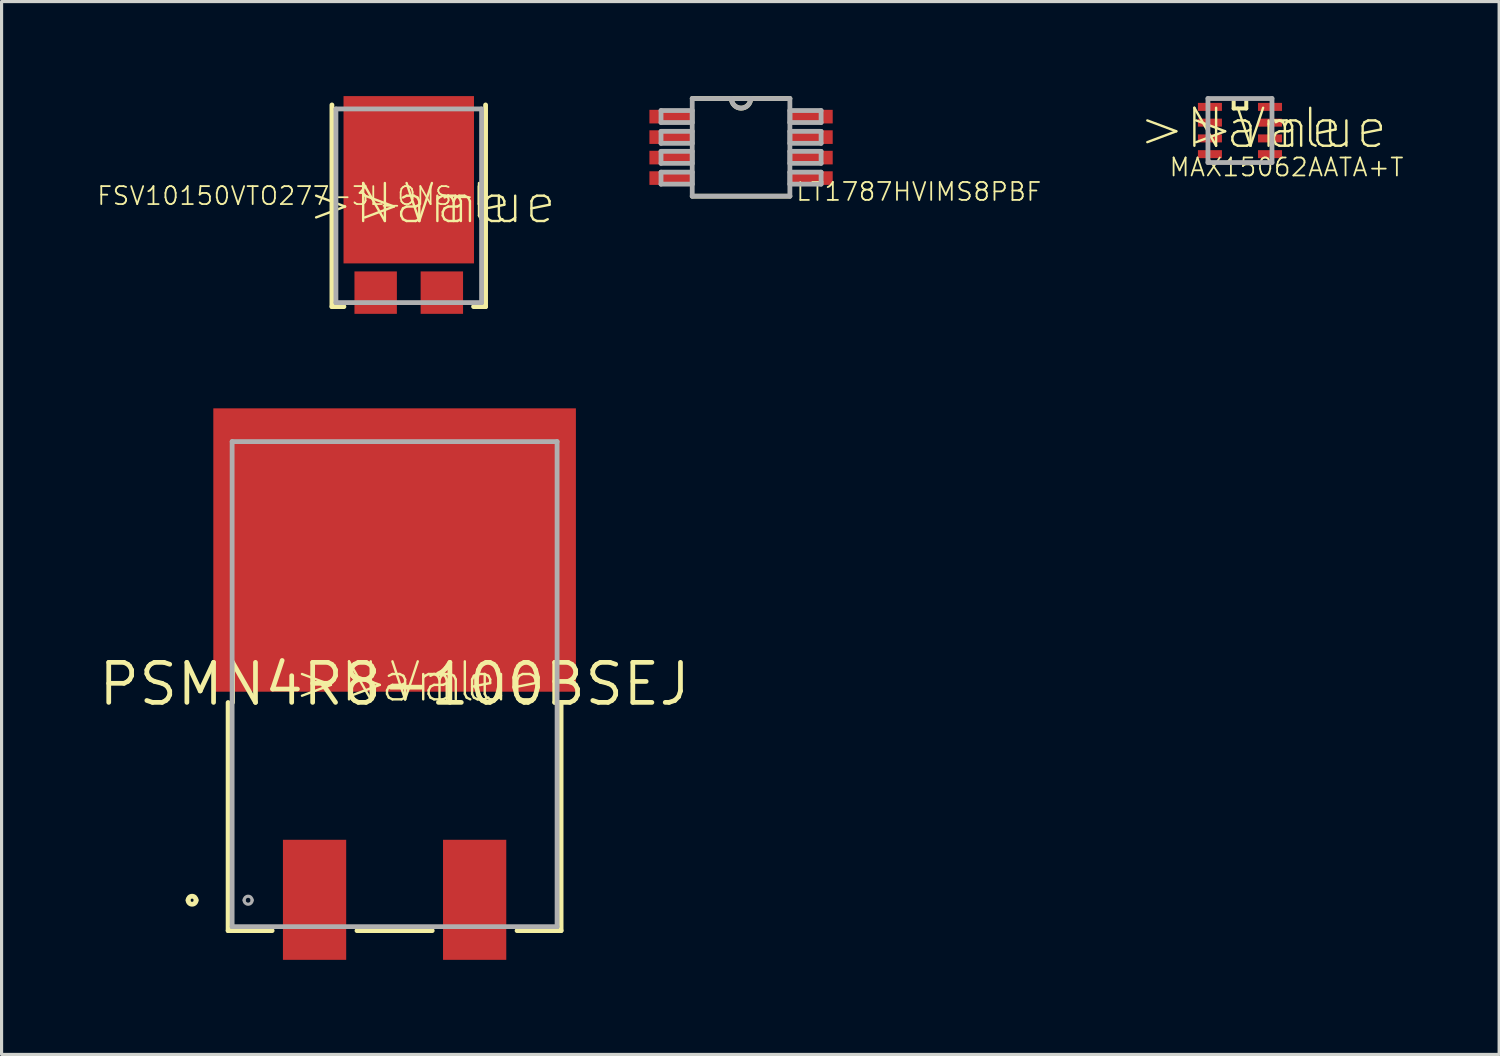
<source format=kicad_pcb>
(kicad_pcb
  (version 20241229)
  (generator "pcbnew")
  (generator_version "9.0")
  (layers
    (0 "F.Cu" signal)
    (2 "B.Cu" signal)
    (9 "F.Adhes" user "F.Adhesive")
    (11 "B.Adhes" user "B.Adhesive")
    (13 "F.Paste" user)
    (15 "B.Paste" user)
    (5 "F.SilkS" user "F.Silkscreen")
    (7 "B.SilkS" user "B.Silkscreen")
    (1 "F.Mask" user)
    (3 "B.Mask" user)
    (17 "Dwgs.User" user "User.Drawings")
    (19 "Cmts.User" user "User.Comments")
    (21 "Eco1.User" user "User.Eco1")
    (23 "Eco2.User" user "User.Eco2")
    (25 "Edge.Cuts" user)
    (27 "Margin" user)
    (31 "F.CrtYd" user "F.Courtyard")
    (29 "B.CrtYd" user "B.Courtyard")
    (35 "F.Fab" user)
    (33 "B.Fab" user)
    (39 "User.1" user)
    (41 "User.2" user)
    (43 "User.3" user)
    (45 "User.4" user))
  (footprint "LT1787HVIMS8PBF"
    (layer "F.Cu")
    (at 20.466 1.626)
    (property "Reference" "LT1787HVIMS8PBF" (at 1.708 1.741 180) (layer "F.SilkS") (effects (font (size 0.57 0.57) (thickness 0.057)) (justify left bottom)))
    (attr through_hole)
    (fp_line (start -1.549 1.549) (end 1.549 1.549) (stroke (width 0.152) (type solid)) (layer "F.SilkS"))
    (fp_line (start -0.305 -1.549) (end -1.549 -1.549) (stroke (width 0.152) (type solid)) (layer "F.SilkS"))
    (fp_line (start 0.305 -1.549) (end -0.305 -1.549) (stroke (width 0.152) (type solid)) (layer "F.SilkS"))
    (fp_line (start 1.549 -1.549) (end 0.305 -1.549) (stroke (width 0.152) (type solid)) (layer "F.SilkS"))
    (fp_arc (start 0.3048 -1.5494) (mid 0 -1.2446) (end -0.3048 -1.5494) (stroke (width 0.1524) (type solid)) (layer "F.SilkS"))
    (fp_line (start -2.54 -1.168) (end -2.54 -0.787) (stroke (width 0.152) (type solid)) (layer "F.Fab"))
    (fp_line (start -2.54 -0.787) (end -1.549 -0.787) (stroke (width 0.152) (type solid)) (layer "F.Fab"))
    (fp_line (start -2.54 -0.508) (end -2.54 -0.127) (stroke (width 0.152) (type solid)) (layer "F.Fab"))
    (fp_line (start -2.54 -0.127) (end -1.549 -0.127) (stroke (width 0.152) (type solid)) (layer "F.Fab"))
    (fp_line (start -2.54 0.127) (end -2.54 0.508) (stroke (width 0.152) (type solid)) (layer "F.Fab"))
    (fp_line (start -2.54 0.508) (end -1.549 0.508) (stroke (width 0.152) (type solid)) (layer "F.Fab"))
    (fp_line (start -2.54 0.787) (end -2.54 1.168) (stroke (width 0.152) (type solid)) (layer "F.Fab"))
    (fp_line (start -2.54 1.168) (end -1.549 1.168) (stroke (width 0.152) (type solid)) (layer "F.Fab"))
    (fp_line (start -1.549 -1.549) (end -1.549 1.549) (stroke (width 0.152) (type solid)) (layer "F.Fab"))
    (fp_line (start -1.549 -1.168) (end -2.54 -1.168) (stroke (width 0.152) (type solid)) (layer "F.Fab"))
    (fp_line (start -1.549 -0.787) (end -1.549 -1.168) (stroke (width 0.152) (type solid)) (layer "F.Fab"))
    (fp_line (start -1.549 -0.508) (end -2.54 -0.508) (stroke (width 0.152) (type solid)) (layer "F.Fab"))
    (fp_line (start -1.549 -0.127) (end -1.549 -0.508) (stroke (width 0.152) (type solid)) (layer "F.Fab"))
    (fp_line (start -1.549 0.127) (end -2.54 0.127) (stroke (width 0.152) (type solid)) (layer "F.Fab"))
    (fp_line (start -1.549 0.508) (end -1.549 0.127) (stroke (width 0.152) (type solid)) (layer "F.Fab"))
    (fp_line (start -1.549 0.787) (end -2.54 0.787) (stroke (width 0.152) (type solid)) (layer "F.Fab"))
    (fp_line (start -1.549 1.168) (end -1.549 0.787) (stroke (width 0.152) (type solid)) (layer "F.Fab"))
    (fp_line (start -1.549 1.549) (end 1.549 1.549) (stroke (width 0.152) (type solid)) (layer "F.Fab"))
    (fp_line (start -0.305 -1.549) (end -1.549 -1.549) (stroke (width 0.152) (type solid)) (layer "F.Fab"))
    (fp_line (start 0.305 -1.549) (end -0.305 -1.549) (stroke (width 0.152) (type solid)) (layer "F.Fab"))
    (fp_line (start 1.549 -1.549) (end 0.305 -1.549) (stroke (width 0.152) (type solid)) (layer "F.Fab"))
    (fp_line (start 1.549 -1.168) (end 1.549 -0.787) (stroke (width 0.152) (type solid)) (layer "F.Fab"))
    (fp_line (start 1.549 -0.787) (end 2.54 -0.787) (stroke (width 0.152) (type solid)) (layer "F.Fab"))
    (fp_line (start 1.549 -0.508) (end 1.549 -0.127) (stroke (width 0.152) (type solid)) (layer "F.Fab"))
    (fp_line (start 1.549 -0.127) (end 2.54 -0.127) (stroke (width 0.152) (type solid)) (layer "F.Fab"))
    (fp_line (start 1.549 0.127) (end 1.549 0.508) (stroke (width 0.152) (type solid)) (layer "F.Fab"))
    (fp_line (start 1.549 0.508) (end 2.54 0.508) (stroke (width 0.152) (type solid)) (layer "F.Fab"))
    (fp_line (start 1.549 0.787) (end 1.549 1.168) (stroke (width 0.152) (type solid)) (layer "F.Fab"))
    (fp_line (start 1.549 1.168) (end 2.54 1.168) (stroke (width 0.152) (type solid)) (layer "F.Fab"))
    (fp_line (start 1.549 1.549) (end 1.549 -1.549) (stroke (width 0.152) (type solid)) (layer "F.Fab"))
    (fp_line (start 2.54 -1.168) (end 1.549 -1.168) (stroke (width 0.152) (type solid)) (layer "F.Fab"))
    (fp_line (start 2.54 -0.787) (end 2.54 -1.168) (stroke (width 0.152) (type solid)) (layer "F.Fab"))
    (fp_line (start 2.54 -0.508) (end 1.549 -0.508) (stroke (width 0.152) (type solid)) (layer "F.Fab"))
    (fp_line (start 2.54 -0.127) (end 2.54 -0.508) (stroke (width 0.152) (type solid)) (layer "F.Fab"))
    (fp_line (start 2.54 0.127) (end 1.549 0.127) (stroke (width 0.152) (type solid)) (layer "F.Fab"))
    (fp_line (start 2.54 0.508) (end 2.54 0.127) (stroke (width 0.152) (type solid)) (layer "F.Fab"))
    (fp_line (start 2.54 0.787) (end 1.549 0.787) (stroke (width 0.152) (type solid)) (layer "F.Fab"))
    (fp_line (start 2.54 1.168) (end 2.54 0.787) (stroke (width 0.152) (type solid)) (layer "F.Fab"))
    (fp_arc (start 0.3048 -1.5494) (mid 0 -1.2446) (end -0.3048 -1.5494) (stroke (width 0.1524) (type solid)) (layer "F.Fab"))
    (pad "1" smd rect (at -2.21 -0.975) (size 1.397 0.432) (layers "F.Cu" "F.Mask" "F.Paste"))
    (pad "2" smd rect (at -2.21 -0.325) (size 1.397 0.432) (layers "F.Cu" "F.Mask" "F.Paste"))
    (pad "3" smd rect (at -2.21 0.325) (size 1.397 0.432) (layers "F.Cu" "F.Mask" "F.Paste"))
    (pad "4" smd rect (at -2.21 0.975) (size 1.397 0.432) (layers "F.Cu" "F.Mask" "F.Paste"))
    (pad "5" smd rect (at 2.21 0.975) (size 1.397 0.432) (layers "F.Cu" "F.Mask" "F.Paste"))
    (pad "6" smd rect (at 2.21 0.325) (size 1.397 0.432) (layers "F.Cu" "F.Mask" "F.Paste"))
    (pad "7" smd rect (at 2.21 -0.325) (size 1.397 0.432) (layers "F.Cu" "F.Mask" "F.Paste"))
    (pad "8" smd rect (at 2.21 -0.975) (size 1.397 0.432) (layers "F.Cu" "F.Mask" "F.Paste")))
  (footprint "FSV10150VTO277-3L_ONS-L"
    (layer "F.Cu")
    (at 9.921 3.48)
    (property "Reference" "FSV10150VTO277-3L_ONS-L" (at -3.677 -0.315 0) (layer "F.SilkS") (effects (font (size 0.57 0.57) (thickness 0.057))))
    (attr through_hole)
    (fp_line (start -2.438 -3.2) (end -2.438 3.2) (stroke (width 0.152) (type solid)) (layer "F.SilkS"))
    (fp_line (start -2.438 3.2) (end -2.057 3.2) (stroke (width 0.152) (type solid)) (layer "F.SilkS"))
    (fp_line (start 2.057 3.2) (end 2.438 3.2) (stroke (width 0.152) (type solid)) (layer "F.SilkS"))
    (fp_line (start 2.438 3.2) (end 2.438 -3.2) (stroke (width 0.152) (type solid)) (layer "F.SilkS"))
    (fp_line (start -2.311 -3.073) (end -2.311 3.073) (stroke (width 0.152) (type solid)) (layer "F.Fab"))
    (fp_line (start -2.311 3.073) (end 2.311 3.073) (stroke (width 0.152) (type solid)) (layer "F.Fab"))
    (fp_line (start 2.311 -3.073) (end -2.311 -3.073) (stroke (width 0.152) (type solid)) (layer "F.Fab"))
    (fp_line (start 2.311 3.073) (end 2.311 -3.073) (stroke (width 0.152) (type solid)) (layer "F.Fab"))
    (fp_text user ">Name" (at -3.277 0.635 0) (layer "F.SilkS") (effects (font (size 1.206 1.206) (thickness 0.076)) (justify left bottom)))
    (fp_text user ">Value" (at -1.727 0.635 0) (layer "F.SilkS") (effects (font (size 1.206 1.206) (thickness 0.076)) (justify left bottom)))
    (pad "1" smd rect (at 1.05 2.756 90) (size 1.346 1.346) (layers "F.Cu" "F.Mask" "F.Paste"))
    (pad "2" smd rect (at -1.05 2.756 90) (size 1.346 1.346) (layers "F.Cu" "F.Mask" "F.Paste"))
    (pad "3" smd rect (at 0 -0.826 90) (size 5.309 4.14) (layers "F.Cu" "F.Mask" "F.Paste")))
  (footprint "PSMN4R8-100BSEJ"
    (layer "F.Cu")
    (at 9.472 18.659)
    (property "Reference" "PSMN4R8-100BSEJ" (at 0 0 0) (layer "F.SilkS") (effects (font (size 1.27 1.27) (thickness 0.15))))
    (attr through_hole)
    (fp_line (start -5.283 0.584) (end -5.283 7.823) (stroke (width 0.152) (type solid)) (layer "F.SilkS"))
    (fp_line (start -5.283 7.823) (end -3.886 7.823) (stroke (width 0.152) (type solid)) (layer "F.SilkS"))
    (fp_line (start -1.194 7.823) (end 1.194 7.823) (stroke (width 0.152) (type solid)) (layer "F.SilkS"))
    (fp_line (start 3.886 7.823) (end 5.283 7.823) (stroke (width 0.152) (type solid)) (layer "F.SilkS"))
    (fp_line (start 5.283 7.823) (end 5.283 0.584) (stroke (width 0.152) (type solid)) (layer "F.SilkS"))
    (fp_arc (start -6.5532 6.858) (mid -6.4262 6.731) (end -6.2992 6.858) (stroke (width 0.1524) (type solid)) (layer "F.SilkS"))
    (fp_arc (start -6.2992 6.858) (mid -6.4262 6.985) (end -6.5532 6.858) (stroke (width 0.1524) (type solid)) (layer "F.SilkS"))
    (fp_poly (pts (xy -5.55 -8.55) (xy -0.5 -8.55) (xy -0.5 -4.55) (xy -5.55 -4.55)) (stroke (width 0) (type solid)) (fill yes) (layer "F.Paste"))
    (fp_poly (pts (xy -5.55 -4.1) (xy -0.45 -4.1) (xy -0.45 0) (xy -5.55 0)) (stroke (width 0) (type solid)) (fill yes) (layer "F.Paste"))
    (fp_poly (pts (xy 0.15 -8.55) (xy 5.55 -8.55) (xy 5.55 -4.5) (xy 0.15 -4.5)) (stroke (width 0) (type solid)) (fill yes) (layer "F.Paste"))
    (fp_poly (pts (xy 0.15 -4.1) (xy 5.55 -4.1) (xy 5.55 0) (xy 0.15 0)) (stroke (width 0) (type solid)) (fill yes) (layer "F.Paste"))
    (fp_line (start -5.156 -7.696) (end -5.156 7.696) (stroke (width 0.152) (type solid)) (layer "F.Fab"))
    (fp_line (start -5.156 7.696) (end 5.156 7.696) (stroke (width 0.152) (type solid)) (layer "F.Fab"))
    (fp_line (start 5.156 -7.696) (end -5.156 -7.696) (stroke (width 0.152) (type solid)) (layer "F.Fab"))
    (fp_line (start 5.156 7.696) (end 5.156 -7.696) (stroke (width 0.152) (type solid)) (layer "F.Fab"))
    (fp_arc (start -4.7752 6.858) (mid -4.6482 6.731) (end -4.5212 6.858) (stroke (width 0.1) (type solid)) (layer "F.Fab"))
    (fp_arc (start -4.5212 6.858) (mid -4.6482 6.985) (end -4.7752 6.858) (stroke (width 0.1) (type solid)) (layer "F.Fab"))
    (fp_text user ">Value" (at -1.727 0.635 0) (layer "F.SilkS") (effects (font (size 1.206 1.206) (thickness 0.076)) (justify left bottom)))
    (fp_text user ">Name" (at -3.277 0.635 0) (layer "F.SilkS") (effects (font (size 1.206 1.206) (thickness 0.076)) (justify left bottom)))
    (pad "1" smd rect (at -2.54 6.845) (size 2.007 3.81) (layers "F.Cu" "F.Mask" "F.Paste"))
    (pad "2" smd rect (at 0 -4.255) (size 11.506 8.992) (layers "F.Cu" "F.Mask"))
    (pad "3" smd rect (at 2.54 6.845) (size 2.007 3.81) (layers "F.Cu" "F.Mask" "F.Paste")))
  (footprint "MAX15062AATA+T"
    (layer "F.Cu")
    (at 36.298 1.092)
    (property "Reference" "MAX15062AATA+T" (at 1.477 1.165 180) (layer "F.SilkS") (effects (font (size 0.57 0.57) (thickness 0.057))))
    (attr through_hole)
    (fp_line (start -0.2 -1) (end -0.2 -0.7) (stroke (width 0.127) (type solid)) (layer "F.SilkS"))
    (fp_line (start -0.2 -0.7) (end 0.2 -0.7) (stroke (width 0.127) (type solid)) (layer "F.SilkS"))
    (fp_line (start 0.2 -0.7) (end 0.2 -1) (stroke (width 0.127) (type solid)) (layer "F.SilkS"))
    (fp_line (start -1.016 -1.016) (end -1.016 1.016) (stroke (width 0.152) (type solid)) (layer "F.Fab"))
    (fp_line (start -1.016 1.016) (end 1.016 1.016) (stroke (width 0.152) (type solid)) (layer "F.Fab"))
    (fp_line (start 1.016 -1.016) (end -1.016 -1.016) (stroke (width 0.152) (type solid)) (layer "F.Fab"))
    (fp_line (start 1.016 1.016) (end 1.016 -1.016) (stroke (width 0.152) (type solid)) (layer "F.Fab"))
    (fp_text user ">Name" (at -3.277 0.635 0) (layer "F.SilkS") (effects (font (size 1.206 1.206) (thickness 0.076)) (justify left bottom)))
    (fp_text user ">Value" (at -1.727 0.635 0) (layer "F.SilkS") (effects (font (size 1.206 1.206) (thickness 0.076)) (justify left bottom)))
    (pad "1" smd rect (at -0.953 -0.75) (size 0.762 0.254) (layers "F.Cu" "F.Mask" "F.Paste"))
    (pad "2" smd rect (at -0.953 -0.25) (size 0.762 0.254) (layers "F.Cu" "F.Mask" "F.Paste"))
    (pad "3" smd rect (at -0.953 0.25) (size 0.762 0.254) (layers "F.Cu" "F.Mask" "F.Paste"))
    (pad "4" smd rect (at -0.953 0.75) (size 0.762 0.254) (layers "F.Cu" "F.Mask" "F.Paste"))
    (pad "5" smd rect (at 0.953 0.75) (size 0.762 0.254) (layers "F.Cu" "F.Mask" "F.Paste"))
    (pad "6" smd rect (at 0.953 0.25) (size 0.762 0.254) (layers "F.Cu" "F.Mask" "F.Paste"))
    (pad "7" smd rect (at 0.953 -0.25) (size 0.762 0.254) (layers "F.Cu" "F.Mask" "F.Paste"))
    (pad "8" smd rect (at 0.953 -0.75) (size 0.762 0.254) (layers "F.Cu" "F.Mask" "F.Paste")))
  (gr_rect
    (start -3 -3)
    (end 44.522 30.41)
    (stroke (width 0.1) (type default))
    (fill no)
    (layer "Edge.Cuts")))
</source>
